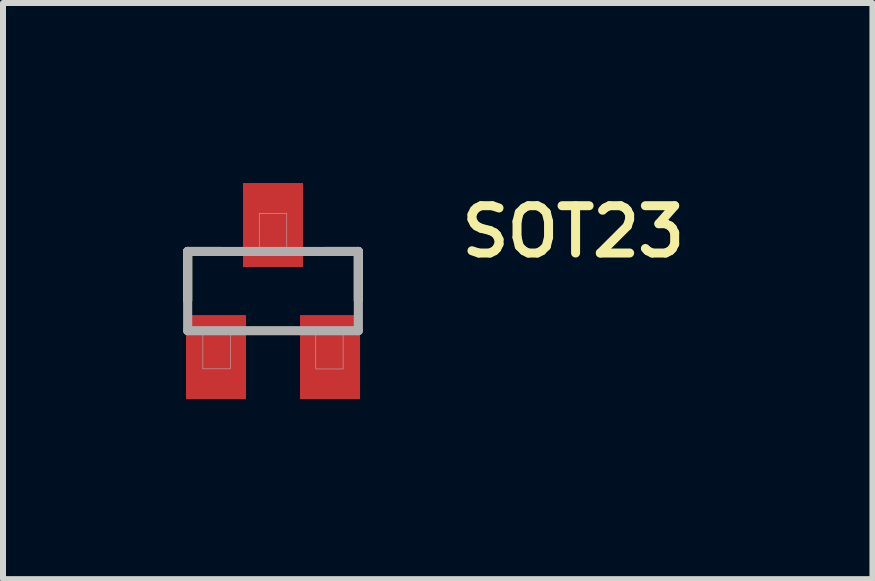
<source format=kicad_pcb>
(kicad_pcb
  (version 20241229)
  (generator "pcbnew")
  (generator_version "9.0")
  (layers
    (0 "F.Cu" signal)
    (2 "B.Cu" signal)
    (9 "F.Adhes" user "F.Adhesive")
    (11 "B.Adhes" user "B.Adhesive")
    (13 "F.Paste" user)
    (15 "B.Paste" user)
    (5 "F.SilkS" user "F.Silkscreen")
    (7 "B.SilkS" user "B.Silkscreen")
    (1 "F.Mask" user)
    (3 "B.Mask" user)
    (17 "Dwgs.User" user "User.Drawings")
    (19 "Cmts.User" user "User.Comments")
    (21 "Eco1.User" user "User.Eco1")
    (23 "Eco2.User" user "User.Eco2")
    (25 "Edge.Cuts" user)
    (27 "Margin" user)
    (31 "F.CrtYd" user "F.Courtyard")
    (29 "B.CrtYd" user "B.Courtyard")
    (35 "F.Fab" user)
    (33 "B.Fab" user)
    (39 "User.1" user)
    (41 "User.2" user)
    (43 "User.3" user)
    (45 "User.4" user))
  (footprint "SOT23"
    (layer "F.Cu")
    (at 1.499 1.8)
    (property "Reference" "SOT23" (at 5.004 -0.991 0) (layer "F.SilkS") (effects (font (size 0.788 0.788) (thickness 0.15))))
    (attr smd)
    (fp_line (start -1.422 -0.66) (end -0.864 -0.66) (stroke (width 0.152) (type solid)) (layer "F.SilkS"))
    (fp_line (start -1.422 0.152) (end -1.422 -0.66) (stroke (width 0.152) (type solid)) (layer "F.SilkS"))
    (fp_line (start 0.864 -0.66) (end 1.422 -0.66) (stroke (width 0.152) (type solid)) (layer "F.SilkS"))
    (fp_line (start 1.422 -0.66) (end 1.422 0.152) (stroke (width 0.152) (type solid)) (layer "F.SilkS"))
    (fp_line (start -1.422 -0.66) (end 1.422 -0.66) (stroke (width 0.152) (type solid)) (layer "F.Fab"))
    (fp_line (start -1.422 0.66) (end -1.422 -0.66) (stroke (width 0.152) (type solid)) (layer "F.Fab"))
    (fp_line (start 1.422 -0.66) (end 1.422 0.66) (stroke (width 0.152) (type solid)) (layer "F.Fab"))
    (fp_line (start 1.422 0.66) (end -1.422 0.66) (stroke (width 0.152) (type solid)) (layer "F.Fab"))
    (fp_poly (pts (xy -1.169 0.711) (xy -0.711 0.711) (xy -0.711 1.296) (xy -1.169 1.296)) (stroke (width 0.01) (type solid)) (fill no) (layer "F.Fab"))
    (fp_poly (pts (xy -0.229 -1.295) (xy 0.229 -1.295) (xy 0.229 -0.712) (xy -0.229 -0.712)) (stroke (width 0.01) (type solid)) (fill no) (layer "F.Fab"))
    (fp_poly (pts (xy 0.712 0.711) (xy 1.168 0.711) (xy 1.168 1.298) (xy 0.712 1.298)) (stroke (width 0.01) (type solid)) (fill no) (layer "F.Fab"))
    (pad "1" smd rect (at -0.95 1.1) (size 1 1.4) (layers "F.Cu" "F.Mask" "F.Paste"))
    (pad "2" smd rect (at 0.95 1.1) (size 1 1.4) (layers "F.Cu" "F.Mask" "F.Paste"))
    (pad "3" smd rect (at 0 -1.1) (size 1 1.4) (layers "F.Cu" "F.Mask" "F.Paste")))
  (gr_rect
    (start -3 -3)
    (end 11.487 6.6)
    (stroke (width 0.1) (type default))
    (fill no)
    (layer "Edge.Cuts")))
</source>
